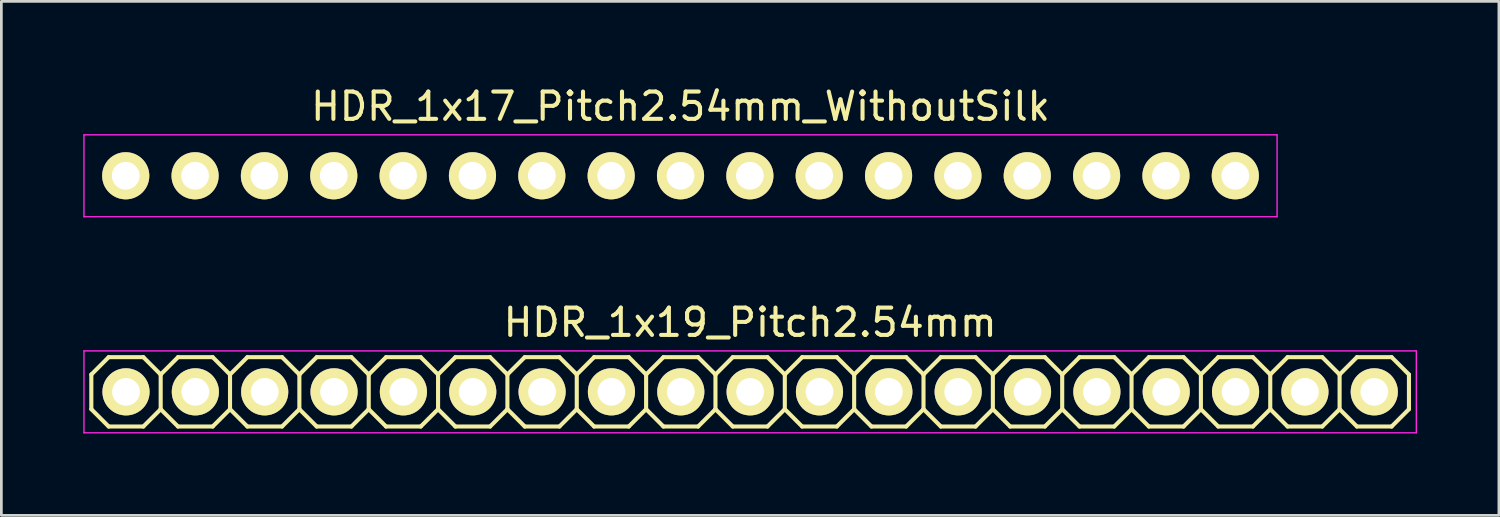
<source format=kicad_pcb>
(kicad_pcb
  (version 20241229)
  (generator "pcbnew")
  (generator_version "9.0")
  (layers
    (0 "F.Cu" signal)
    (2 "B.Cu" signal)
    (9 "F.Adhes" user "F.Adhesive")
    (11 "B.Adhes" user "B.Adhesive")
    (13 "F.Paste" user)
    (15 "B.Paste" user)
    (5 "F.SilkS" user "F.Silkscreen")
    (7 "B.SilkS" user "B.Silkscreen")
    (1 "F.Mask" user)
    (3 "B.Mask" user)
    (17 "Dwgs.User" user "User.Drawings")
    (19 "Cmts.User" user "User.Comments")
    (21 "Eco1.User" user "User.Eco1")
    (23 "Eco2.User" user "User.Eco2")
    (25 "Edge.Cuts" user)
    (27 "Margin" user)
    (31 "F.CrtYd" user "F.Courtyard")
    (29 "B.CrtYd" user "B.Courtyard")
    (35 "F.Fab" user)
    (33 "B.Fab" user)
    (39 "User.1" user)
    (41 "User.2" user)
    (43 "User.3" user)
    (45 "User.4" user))
  (footprint "HDR_1x17_Pitch2.54mm_WithoutSilk"
    (layer "F.Cu")
    (at 21.875 3.388)
    (property "Reference" "HDR_1x17_Pitch2.54mm_WithoutSilk" (at 0 -2.54 0) (layer "F.SilkS") (effects (font (size 1 1) (thickness 0.15))))
    (attr through_hole)
    (fp_line (start -21.85 -1.5) (end -21.85 1.5) (stroke (width 0.05) (type solid)) (layer "F.CrtYd"))
    (fp_line (start -21.85 1.5) (end 21.85 1.5) (stroke (width 0.05) (type solid)) (layer "F.CrtYd"))
    (fp_line (start 21.85 -1.5) (end -21.85 -1.5) (stroke (width 0.05) (type solid)) (layer "F.CrtYd"))
    (fp_line (start 21.85 1.5) (end 21.85 -1.5) (stroke (width 0.05) (type solid)) (layer "F.CrtYd"))
    (pad "1" thru_hole oval (at -20.32 0) (size 1.727 1.727) (drill 1.016) (layers "*.Cu" "*.Mask" "F.SilkS"))
    (pad "2" thru_hole oval (at -17.78 0) (size 1.727 1.727) (drill 1.016) (layers "*.Cu" "*.Mask" "F.SilkS"))
    (pad "3" thru_hole oval (at -15.24 0) (size 1.727 1.727) (drill 1.016) (layers "*.Cu" "*.Mask" "F.SilkS"))
    (pad "4" thru_hole oval (at -12.7 0) (size 1.727 1.727) (drill 1.016) (layers "*.Cu" "*.Mask" "F.SilkS"))
    (pad "5" thru_hole oval (at -10.16 0) (size 1.727 1.727) (drill 1.016) (layers "*.Cu" "*.Mask" "F.SilkS"))
    (pad "6" thru_hole oval (at -7.62 0) (size 1.727 1.727) (drill 1.016) (layers "*.Cu" "*.Mask" "F.SilkS"))
    (pad "7" thru_hole oval (at -5.08 0) (size 1.727 1.727) (drill 1.016) (layers "*.Cu" "*.Mask" "F.SilkS"))
    (pad "8" thru_hole oval (at -2.54 0) (size 1.727 1.727) (drill 1.016) (layers "*.Cu" "*.Mask" "F.SilkS"))
    (pad "9" thru_hole oval (at 0 0) (size 1.727 1.727) (drill 1.016) (layers "*.Cu" "*.Mask" "F.SilkS"))
    (pad "10" thru_hole oval (at 2.54 0) (size 1.727 1.727) (drill 1.016) (layers "*.Cu" "*.Mask" "F.SilkS"))
    (pad "11" thru_hole oval (at 5.08 0) (size 1.727 1.727) (drill 1.016) (layers "*.Cu" "*.Mask" "F.SilkS"))
    (pad "12" thru_hole oval (at 7.62 0) (size 1.727 1.727) (drill 1.016) (layers "*.Cu" "*.Mask" "F.SilkS"))
    (pad "13" thru_hole oval (at 10.16 0) (size 1.727 1.727) (drill 1.016) (layers "*.Cu" "*.Mask" "F.SilkS"))
    (pad "14" thru_hole oval (at 12.7 0) (size 1.727 1.727) (drill 1.016) (layers "*.Cu" "*.Mask" "F.SilkS"))
    (pad "15" thru_hole oval (at 15.24 0) (size 1.727 1.727) (drill 1.016) (layers "*.Cu" "*.Mask" "F.SilkS"))
    (pad "16" thru_hole oval (at 17.78 0) (size 1.727 1.727) (drill 1.016) (layers "*.Cu" "*.Mask" "F.SilkS"))
    (pad "17" thru_hole oval (at 20.32 0) (size 1.727 1.727) (drill 1.016) (layers "*.Cu" "*.Mask" "F.SilkS")))
  (footprint "HDR_1x19_Pitch2.54mm"
    (layer "F.Cu")
    (at 24.425 11.302)
    (property "Reference" "HDR_1x19_Pitch2.54mm" (at 0 -2.54 0) (layer "F.SilkS") (effects (font (size 1 1) (thickness 0.15))))
    (attr through_hole)
    (fp_line (start -24.13 -0.635) (end -24.13 0.635) (stroke (width 0.15) (type solid)) (layer "F.SilkS"))
    (fp_line (start -24.13 0.635) (end -23.495 1.27) (stroke (width 0.15) (type solid)) (layer "F.SilkS"))
    (fp_line (start -23.495 -1.27) (end -24.13 -0.635) (stroke (width 0.15) (type solid)) (layer "F.SilkS"))
    (fp_line (start -23.495 1.27) (end -22.225 1.27) (stroke (width 0.15) (type solid)) (layer "F.SilkS"))
    (fp_line (start -22.225 -1.27) (end -23.495 -1.27) (stroke (width 0.15) (type solid)) (layer "F.SilkS"))
    (fp_line (start -22.225 1.27) (end -21.59 0.635) (stroke (width 0.15) (type solid)) (layer "F.SilkS"))
    (fp_line (start -21.59 -0.635) (end -22.225 -1.27) (stroke (width 0.15) (type solid)) (layer "F.SilkS"))
    (fp_line (start -21.59 -0.635) (end -21.59 0.635) (stroke (width 0.15) (type solid)) (layer "F.SilkS"))
    (fp_line (start -21.59 -0.635) (end -20.955 -1.27) (stroke (width 0.15) (type solid)) (layer "F.SilkS"))
    (fp_line (start -20.955 -1.27) (end -19.685 -1.27) (stroke (width 0.15) (type solid)) (layer "F.SilkS"))
    (fp_line (start -20.955 1.27) (end -21.59 0.635) (stroke (width 0.15) (type solid)) (layer "F.SilkS"))
    (fp_line (start -19.685 -1.27) (end -19.05 -0.635) (stroke (width 0.15) (type solid)) (layer "F.SilkS"))
    (fp_line (start -19.685 1.27) (end -20.955 1.27) (stroke (width 0.15) (type solid)) (layer "F.SilkS"))
    (fp_line (start -19.05 -0.635) (end -19.05 0.635) (stroke (width 0.15) (type solid)) (layer "F.SilkS"))
    (fp_line (start -19.05 -0.635) (end -18.415 -1.27) (stroke (width 0.15) (type solid)) (layer "F.SilkS"))
    (fp_line (start -19.05 0.635) (end -19.685 1.27) (stroke (width 0.15) (type solid)) (layer "F.SilkS"))
    (fp_line (start -18.415 -1.27) (end -17.145 -1.27) (stroke (width 0.15) (type solid)) (layer "F.SilkS"))
    (fp_line (start -18.415 1.27) (end -19.05 0.635) (stroke (width 0.15) (type solid)) (layer "F.SilkS"))
    (fp_line (start -17.145 -1.27) (end -16.51 -0.635) (stroke (width 0.15) (type solid)) (layer "F.SilkS"))
    (fp_line (start -17.145 1.27) (end -18.415 1.27) (stroke (width 0.15) (type solid)) (layer "F.SilkS"))
    (fp_line (start -16.51 -0.635) (end -16.51 0.635) (stroke (width 0.15) (type solid)) (layer "F.SilkS"))
    (fp_line (start -16.51 -0.635) (end -15.875 -1.27) (stroke (width 0.15) (type solid)) (layer "F.SilkS"))
    (fp_line (start -16.51 0.635) (end -17.145 1.27) (stroke (width 0.15) (type solid)) (layer "F.SilkS"))
    (fp_line (start -15.875 -1.27) (end -14.605 -1.27) (stroke (width 0.15) (type solid)) (layer "F.SilkS"))
    (fp_line (start -15.875 1.27) (end -16.51 0.635) (stroke (width 0.15) (type solid)) (layer "F.SilkS"))
    (fp_line (start -14.605 -1.27) (end -13.97 -0.635) (stroke (width 0.15) (type solid)) (layer "F.SilkS"))
    (fp_line (start -14.605 1.27) (end -15.875 1.27) (stroke (width 0.15) (type solid)) (layer "F.SilkS"))
    (fp_line (start -13.97 -0.635) (end -13.97 0.635) (stroke (width 0.15) (type solid)) (layer "F.SilkS"))
    (fp_line (start -13.97 -0.635) (end -13.335 -1.27) (stroke (width 0.15) (type solid)) (layer "F.SilkS"))
    (fp_line (start -13.97 0.635) (end -14.605 1.27) (stroke (width 0.15) (type solid)) (layer "F.SilkS"))
    (fp_line (start -13.335 -1.27) (end -12.065 -1.27) (stroke (width 0.15) (type solid)) (layer "F.SilkS"))
    (fp_line (start -13.335 1.27) (end -13.97 0.635) (stroke (width 0.15) (type solid)) (layer "F.SilkS"))
    (fp_line (start -12.065 -1.27) (end -11.43 -0.635) (stroke (width 0.15) (type solid)) (layer "F.SilkS"))
    (fp_line (start -12.065 1.27) (end -13.335 1.27) (stroke (width 0.15) (type solid)) (layer "F.SilkS"))
    (fp_line (start -11.43 -0.635) (end -11.43 0.635) (stroke (width 0.15) (type solid)) (layer "F.SilkS"))
    (fp_line (start -11.43 -0.635) (end -10.795 -1.27) (stroke (width 0.15) (type solid)) (layer "F.SilkS"))
    (fp_line (start -11.43 0.635) (end -12.065 1.27) (stroke (width 0.15) (type solid)) (layer "F.SilkS"))
    (fp_line (start -10.795 -1.27) (end -9.525 -1.27) (stroke (width 0.15) (type solid)) (layer "F.SilkS"))
    (fp_line (start -10.795 1.27) (end -11.43 0.635) (stroke (width 0.15) (type solid)) (layer "F.SilkS"))
    (fp_line (start -9.525 -1.27) (end -8.89 -0.635) (stroke (width 0.15) (type solid)) (layer "F.SilkS"))
    (fp_line (start -9.525 1.27) (end -10.795 1.27) (stroke (width 0.15) (type solid)) (layer "F.SilkS"))
    (fp_line (start -8.89 -0.635) (end -8.89 0.635) (stroke (width 0.15) (type solid)) (layer "F.SilkS"))
    (fp_line (start -8.89 -0.635) (end -8.255 -1.27) (stroke (width 0.15) (type solid)) (layer "F.SilkS"))
    (fp_line (start -8.89 0.635) (end -9.525 1.27) (stroke (width 0.15) (type solid)) (layer "F.SilkS"))
    (fp_line (start -8.255 -1.27) (end -6.985 -1.27) (stroke (width 0.15) (type solid)) (layer "F.SilkS"))
    (fp_line (start -8.255 1.27) (end -8.89 0.635) (stroke (width 0.15) (type solid)) (layer "F.SilkS"))
    (fp_line (start -6.985 -1.27) (end -6.35 -0.635) (stroke (width 0.15) (type solid)) (layer "F.SilkS"))
    (fp_line (start -6.985 1.27) (end -8.255 1.27) (stroke (width 0.15) (type solid)) (layer "F.SilkS"))
    (fp_line (start -6.35 -0.635) (end -6.35 0.635) (stroke (width 0.15) (type solid)) (layer "F.SilkS"))
    (fp_line (start -6.35 -0.635) (end -5.715 -1.27) (stroke (width 0.15) (type solid)) (layer "F.SilkS"))
    (fp_line (start -6.35 0.635) (end -6.985 1.27) (stroke (width 0.15) (type solid)) (layer "F.SilkS"))
    (fp_line (start -5.715 -1.27) (end -4.445 -1.27) (stroke (width 0.15) (type solid)) (layer "F.SilkS"))
    (fp_line (start -5.715 1.27) (end -6.35 0.635) (stroke (width 0.15) (type solid)) (layer "F.SilkS"))
    (fp_line (start -4.445 -1.27) (end -3.81 -0.635) (stroke (width 0.15) (type solid)) (layer "F.SilkS"))
    (fp_line (start -4.445 1.27) (end -5.715 1.27) (stroke (width 0.15) (type solid)) (layer "F.SilkS"))
    (fp_line (start -3.81 -0.635) (end -3.81 0.635) (stroke (width 0.15) (type solid)) (layer "F.SilkS"))
    (fp_line (start -3.81 -0.635) (end -3.175 -1.27) (stroke (width 0.15) (type solid)) (layer "F.SilkS"))
    (fp_line (start -3.81 0.635) (end -4.445 1.27) (stroke (width 0.15) (type solid)) (layer "F.SilkS"))
    (fp_line (start -3.175 -1.27) (end -1.905 -1.27) (stroke (width 0.15) (type solid)) (layer "F.SilkS"))
    (fp_line (start -3.175 1.27) (end -3.81 0.635) (stroke (width 0.15) (type solid)) (layer "F.SilkS"))
    (fp_line (start -1.905 -1.27) (end -1.27 -0.635) (stroke (width 0.15) (type solid)) (layer "F.SilkS"))
    (fp_line (start -1.905 1.27) (end -3.175 1.27) (stroke (width 0.15) (type solid)) (layer "F.SilkS"))
    (fp_line (start -1.27 -0.635) (end -1.27 0.635) (stroke (width 0.15) (type solid)) (layer "F.SilkS"))
    (fp_line (start -1.27 -0.635) (end -0.635 -1.27) (stroke (width 0.15) (type solid)) (layer "F.SilkS"))
    (fp_line (start -1.27 0.635) (end -1.905 1.27) (stroke (width 0.15) (type solid)) (layer "F.SilkS"))
    (fp_line (start -0.635 -1.27) (end 0.635 -1.27) (stroke (width 0.15) (type solid)) (layer "F.SilkS"))
    (fp_line (start -0.635 1.27) (end -1.27 0.635) (stroke (width 0.15) (type solid)) (layer "F.SilkS"))
    (fp_line (start 0.635 -1.27) (end 1.27 -0.635) (stroke (width 0.15) (type solid)) (layer "F.SilkS"))
    (fp_line (start 0.635 1.27) (end -0.635 1.27) (stroke (width 0.15) (type solid)) (layer "F.SilkS"))
    (fp_line (start 1.27 -0.635) (end 1.27 0.635) (stroke (width 0.15) (type solid)) (layer "F.SilkS"))
    (fp_line (start 1.27 -0.635) (end 1.905 -1.27) (stroke (width 0.15) (type solid)) (layer "F.SilkS"))
    (fp_line (start 1.27 0.635) (end 0.635 1.27) (stroke (width 0.15) (type solid)) (layer "F.SilkS"))
    (fp_line (start 1.27 0.635) (end 1.905 1.27) (stroke (width 0.15) (type solid)) (layer "F.SilkS"))
    (fp_line (start 1.905 -1.27) (end 3.175 -1.27) (stroke (width 0.15) (type solid)) (layer "F.SilkS"))
    (fp_line (start 1.905 1.27) (end 3.175 1.27) (stroke (width 0.15) (type solid)) (layer "F.SilkS"))
    (fp_line (start 3.175 -1.27) (end 3.81 -0.635) (stroke (width 0.15) (type solid)) (layer "F.SilkS"))
    (fp_line (start 3.175 1.27) (end 3.81 0.635) (stroke (width 0.15) (type solid)) (layer "F.SilkS"))
    (fp_line (start 3.81 -0.635) (end 3.81 0.635) (stroke (width 0.15) (type solid)) (layer "F.SilkS"))
    (fp_line (start 3.81 -0.635) (end 4.445 -1.27) (stroke (width 0.15) (type solid)) (layer "F.SilkS"))
    (fp_line (start 3.81 0.635) (end 4.445 1.27) (stroke (width 0.15) (type solid)) (layer "F.SilkS"))
    (fp_line (start 4.445 -1.27) (end 5.715 -1.27) (stroke (width 0.15) (type solid)) (layer "F.SilkS"))
    (fp_line (start 4.445 1.27) (end 5.715 1.27) (stroke (width 0.15) (type solid)) (layer "F.SilkS"))
    (fp_line (start 5.715 -1.27) (end 6.35 -0.635) (stroke (width 0.15) (type solid)) (layer "F.SilkS"))
    (fp_line (start 5.715 1.27) (end 6.35 0.635) (stroke (width 0.15) (type solid)) (layer "F.SilkS"))
    (fp_line (start 6.35 -0.635) (end 6.35 0.635) (stroke (width 0.15) (type solid)) (layer "F.SilkS"))
    (fp_line (start 6.35 -0.635) (end 6.985 -1.27) (stroke (width 0.15) (type solid)) (layer "F.SilkS"))
    (fp_line (start 6.35 0.635) (end 6.985 1.27) (stroke (width 0.15) (type solid)) (layer "F.SilkS"))
    (fp_line (start 6.985 -1.27) (end 8.255 -1.27) (stroke (width 0.15) (type solid)) (layer "F.SilkS"))
    (fp_line (start 6.985 1.27) (end 8.255 1.27) (stroke (width 0.15) (type solid)) (layer "F.SilkS"))
    (fp_line (start 8.255 -1.27) (end 8.89 -0.635) (stroke (width 0.15) (type solid)) (layer "F.SilkS"))
    (fp_line (start 8.255 1.27) (end 8.89 0.635) (stroke (width 0.15) (type solid)) (layer "F.SilkS"))
    (fp_line (start 8.89 -0.635) (end 8.89 0.635) (stroke (width 0.15) (type solid)) (layer "F.SilkS"))
    (fp_line (start 8.89 -0.635) (end 9.525 -1.27) (stroke (width 0.15) (type solid)) (layer "F.SilkS"))
    (fp_line (start 8.89 0.635) (end 9.525 1.27) (stroke (width 0.15) (type solid)) (layer "F.SilkS"))
    (fp_line (start 9.525 -1.27) (end 10.795 -1.27) (stroke (width 0.15) (type solid)) (layer "F.SilkS"))
    (fp_line (start 9.525 1.27) (end 10.795 1.27) (stroke (width 0.15) (type solid)) (layer "F.SilkS"))
    (fp_line (start 10.795 -1.27) (end 11.43 -0.635) (stroke (width 0.15) (type solid)) (layer "F.SilkS"))
    (fp_line (start 10.795 1.27) (end 11.43 0.635) (stroke (width 0.15) (type solid)) (layer "F.SilkS"))
    (fp_line (start 11.43 -0.635) (end 11.43 0.635) (stroke (width 0.15) (type solid)) (layer "F.SilkS"))
    (fp_line (start 11.43 -0.635) (end 12.065 -1.27) (stroke (width 0.15) (type solid)) (layer "F.SilkS"))
    (fp_line (start 12.065 -1.27) (end 13.335 -1.27) (stroke (width 0.15) (type solid)) (layer "F.SilkS"))
    (fp_line (start 12.065 1.27) (end 11.43 0.635) (stroke (width 0.15) (type solid)) (layer "F.SilkS"))
    (fp_line (start 13.335 -1.27) (end 13.97 -0.635) (stroke (width 0.15) (type solid)) (layer "F.SilkS"))
    (fp_line (start 13.335 1.27) (end 12.065 1.27) (stroke (width 0.15) (type solid)) (layer "F.SilkS"))
    (fp_line (start 13.97 -0.635) (end 13.97 0.635) (stroke (width 0.15) (type solid)) (layer "F.SilkS"))
    (fp_line (start 13.97 0.635) (end 13.335 1.27) (stroke (width 0.15) (type solid)) (layer "F.SilkS"))
    (fp_line (start 13.97 0.635) (end 14.605 1.27) (stroke (width 0.15) (type solid)) (layer "F.SilkS"))
    (fp_line (start 14.605 -1.27) (end 13.97 -0.635) (stroke (width 0.15) (type solid)) (layer "F.SilkS"))
    (fp_line (start 14.605 1.27) (end 15.875 1.27) (stroke (width 0.15) (type solid)) (layer "F.SilkS"))
    (fp_line (start 15.875 -1.27) (end 14.605 -1.27) (stroke (width 0.15) (type solid)) (layer "F.SilkS"))
    (fp_line (start 15.875 1.27) (end 16.51 0.635) (stroke (width 0.15) (type solid)) (layer "F.SilkS"))
    (fp_line (start 16.51 -0.635) (end 15.875 -1.27) (stroke (width 0.15) (type solid)) (layer "F.SilkS"))
    (fp_line (start 16.51 -0.635) (end 17.145 -1.27) (stroke (width 0.15) (type solid)) (layer "F.SilkS"))
    (fp_line (start 16.51 0.635) (end 16.51 -0.635) (stroke (width 0.15) (type solid)) (layer "F.SilkS"))
    (fp_line (start 17.145 -1.27) (end 18.415 -1.27) (stroke (width 0.15) (type solid)) (layer "F.SilkS"))
    (fp_line (start 17.145 1.27) (end 16.51 0.635) (stroke (width 0.15) (type solid)) (layer "F.SilkS"))
    (fp_line (start 18.415 -1.27) (end 19.05 -0.635) (stroke (width 0.15) (type solid)) (layer "F.SilkS"))
    (fp_line (start 18.415 1.27) (end 17.145 1.27) (stroke (width 0.15) (type solid)) (layer "F.SilkS"))
    (fp_line (start 19.05 -0.635) (end 19.05 0.635) (stroke (width 0.15) (type solid)) (layer "F.SilkS"))
    (fp_line (start 19.05 -0.635) (end 19.685 -1.27) (stroke (width 0.15) (type solid)) (layer "F.SilkS"))
    (fp_line (start 19.05 0.635) (end 18.415 1.27) (stroke (width 0.15) (type solid)) (layer "F.SilkS"))
    (fp_line (start 19.685 -1.27) (end 20.955 -1.27) (stroke (width 0.15) (type solid)) (layer "F.SilkS"))
    (fp_line (start 19.685 1.27) (end 19.05 0.635) (stroke (width 0.15) (type solid)) (layer "F.SilkS"))
    (fp_line (start 20.955 -1.27) (end 21.59 -0.635) (stroke (width 0.15) (type solid)) (layer "F.SilkS"))
    (fp_line (start 20.955 1.27) (end 19.685 1.27) (stroke (width 0.15) (type solid)) (layer "F.SilkS"))
    (fp_line (start 21.59 -0.635) (end 22.225 -1.27) (stroke (width 0.15) (type solid)) (layer "F.SilkS"))
    (fp_line (start 21.59 0.635) (end 20.955 1.27) (stroke (width 0.15) (type solid)) (layer "F.SilkS"))
    (fp_line (start 21.59 0.635) (end 21.59 -0.635) (stroke (width 0.15) (type solid)) (layer "F.SilkS"))
    (fp_line (start 22.225 -1.27) (end 23.495 -1.27) (stroke (width 0.15) (type solid)) (layer "F.SilkS"))
    (fp_line (start 22.225 1.27) (end 21.59 0.635) (stroke (width 0.15) (type solid)) (layer "F.SilkS"))
    (fp_line (start 23.495 -1.27) (end 24.13 -0.635) (stroke (width 0.15) (type solid)) (layer "F.SilkS"))
    (fp_line (start 23.495 1.27) (end 22.225 1.27) (stroke (width 0.15) (type solid)) (layer "F.SilkS"))
    (fp_line (start 24.13 0.635) (end 23.495 1.27) (stroke (width 0.15) (type solid)) (layer "F.SilkS"))
    (fp_line (start 24.13 0.635) (end 24.13 -0.635) (stroke (width 0.15) (type solid)) (layer "F.SilkS"))
    (fp_line (start -24.4 -1.5) (end -24.4 1.5) (stroke (width 0.05) (type solid)) (layer "F.CrtYd"))
    (fp_line (start -24.4 1.5) (end 24.4 1.5) (stroke (width 0.05) (type solid)) (layer "F.CrtYd"))
    (fp_line (start 24.4 -1.5) (end -24.4 -1.5) (stroke (width 0.05) (type solid)) (layer "F.CrtYd"))
    (fp_line (start 24.4 1.5) (end 24.4 -1.5) (stroke (width 0.05) (type solid)) (layer "F.CrtYd"))
    (pad "1" thru_hole oval (at -22.86 0) (size 1.727 1.727) (drill 1.016) (layers "*.Cu" "*.Mask" "F.SilkS"))
    (pad "2" thru_hole oval (at -20.32 0) (size 1.727 1.727) (drill 1.016) (layers "*.Cu" "*.Mask" "F.SilkS"))
    (pad "3" thru_hole oval (at -17.78 0) (size 1.727 1.727) (drill 1.016) (layers "*.Cu" "*.Mask" "F.SilkS"))
    (pad "4" thru_hole oval (at -15.24 0) (size 1.727 1.727) (drill 1.016) (layers "*.Cu" "*.Mask" "F.SilkS"))
    (pad "5" thru_hole oval (at -12.7 0) (size 1.727 1.727) (drill 1.016) (layers "*.Cu" "*.Mask" "F.SilkS"))
    (pad "6" thru_hole oval (at -10.16 0) (size 1.727 1.727) (drill 1.016) (layers "*.Cu" "*.Mask" "F.SilkS"))
    (pad "7" thru_hole oval (at -7.62 0) (size 1.727 1.727) (drill 1.016) (layers "*.Cu" "*.Mask" "F.SilkS"))
    (pad "8" thru_hole oval (at -5.08 0) (size 1.727 1.727) (drill 1.016) (layers "*.Cu" "*.Mask" "F.SilkS"))
    (pad "9" thru_hole oval (at -2.54 0) (size 1.727 1.727) (drill 1.016) (layers "*.Cu" "*.Mask" "F.SilkS"))
    (pad "10" thru_hole oval (at 0 0) (size 1.727 1.727) (drill 1.016) (layers "*.Cu" "*.Mask" "F.SilkS"))
    (pad "11" thru_hole oval (at 2.54 0) (size 1.727 1.727) (drill 1.016) (layers "*.Cu" "*.Mask" "F.SilkS"))
    (pad "12" thru_hole oval (at 5.08 0) (size 1.727 1.727) (drill 1.016) (layers "*.Cu" "*.Mask" "F.SilkS"))
    (pad "13" thru_hole oval (at 7.62 0) (size 1.727 1.727) (drill 1.016) (layers "*.Cu" "*.Mask" "F.SilkS"))
    (pad "14" thru_hole oval (at 10.16 0) (size 1.727 1.727) (drill 1.016) (layers "*.Cu" "*.Mask" "F.SilkS"))
    (pad "15" thru_hole oval (at 12.7 0) (size 1.727 1.727) (drill 1.016) (layers "*.Cu" "*.Mask" "F.SilkS"))
    (pad "16" thru_hole oval (at 15.24 0) (size 1.727 1.727) (drill 1.016) (layers "*.Cu" "*.Mask" "F.SilkS"))
    (pad "17" thru_hole oval (at 17.78 0) (size 1.727 1.727) (drill 1.016) (layers "*.Cu" "*.Mask" "F.SilkS"))
    (pad "18" thru_hole oval (at 20.32 0) (size 1.727 1.727) (drill 1.016) (layers "*.Cu" "*.Mask" "F.SilkS"))
    (pad "19" thru_hole oval (at 22.86 0) (size 1.727 1.727) (drill 1.016) (layers "*.Cu" "*.Mask" "F.SilkS")))
  (gr_rect
    (start -3 -3)
    (end 51.85 15.826)
    (stroke (width 0.1) (type default))
    (fill no)
    (layer "Edge.Cuts")))
</source>
